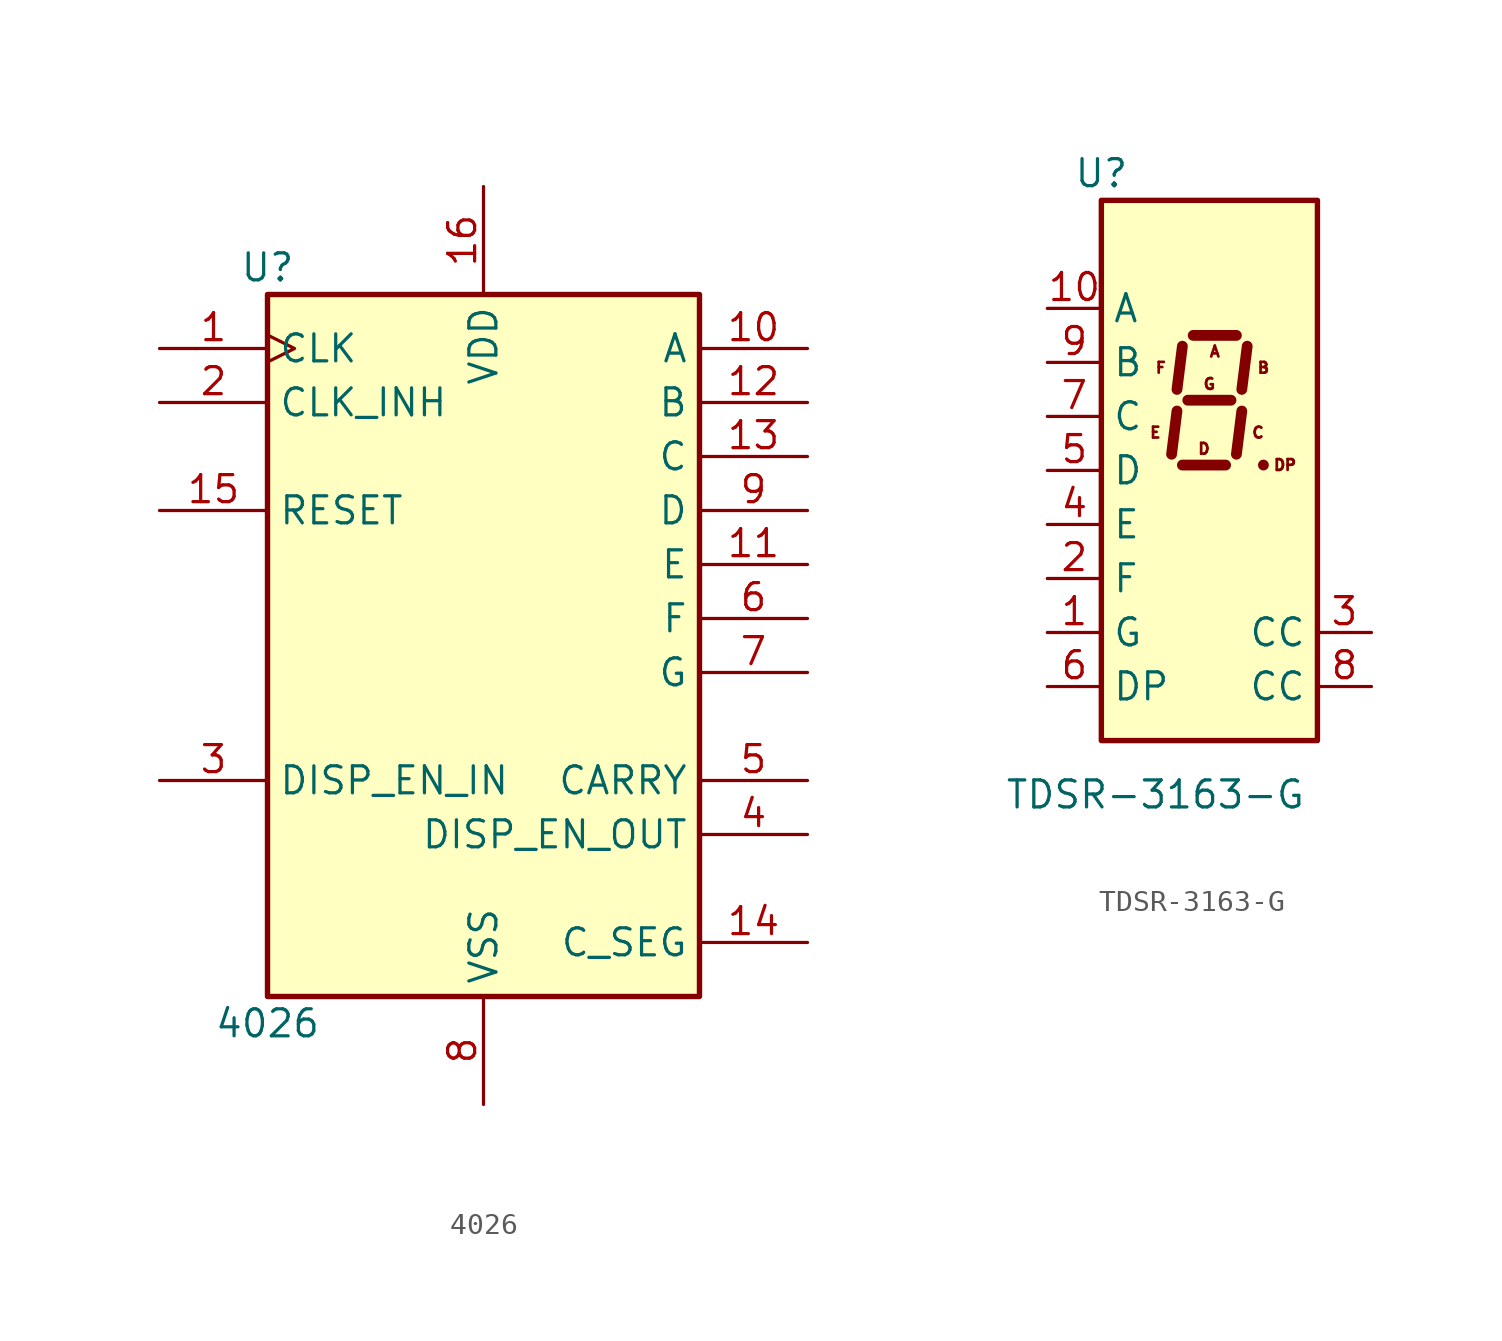
<source format=kicad_sym>
(kicad_symbol_lib
  (version 20211014)
  (generator kicad_symbol_editor)
  (symbol "4026"
    (property "Reference" "U"
      (at 0 35.56 0)
      (effects (font (size 1.27 1.27))))
    (property "Value" "4026"
      (at 0 0 0)
      (effects (font (size 1.27 1.27))))
    (symbol "4026_1_0"
      (pin input clock (at -5.08 31.75 0) (length 5.08) (name "CLK" (effects (font (size 1.27 1.27)))) (number "1" (effects (font (size 1.27 1.27)))))
      (pin output line (at 25.4 31.75 180) (length 5.08) (name "A" (effects (font (size 1.27 1.27)))) (number "10" (effects (font (size 1.27 1.27)))))
      (pin output line (at 25.4 21.59 180) (length 5.08) (name "E" (effects (font (size 1.27 1.27)))) (number "11" (effects (font (size 1.27 1.27)))))
      (pin output line (at 25.4 29.21 180) (length 5.08) (name "B" (effects (font (size 1.27 1.27)))) (number "12" (effects (font (size 1.27 1.27)))))
      (pin output line (at 25.4 26.67 180) (length 5.08) (name "C" (effects (font (size 1.27 1.27)))) (number "13" (effects (font (size 1.27 1.27)))))
      (pin output line (at 25.4 3.81 180) (length 5.08) (name "C_SEG" (effects (font (size 1.27 1.27)))) (number "14" (effects (font (size 1.27 1.27)))))
      (pin input line (at -5.08 24.13 0) (length 5.08) (name "RESET" (effects (font (size 1.27 1.27)))) (number "15" (effects (font (size 1.27 1.27)))))
      (pin power_in line (at 10.16 39.37 270) (length 5.08) (name "VDD" (effects (font (size 1.27 1.27)))) (number "16" (effects (font (size 1.27 1.27)))))
      (pin input line (at -5.08 29.21 0) (length 5.08) (name "CLK_INH" (effects (font (size 1.27 1.27)))) (number "2" (effects (font (size 1.27 1.27)))))
      (pin input line (at -5.08 11.43 0) (length 5.08) (name "DISP_EN_IN" (effects (font (size 1.27 1.27)))) (number "3" (effects (font (size 1.27 1.27)))))
      (pin output line (at 25.4 8.89 180) (length 5.08) (name "DISP_EN_OUT" (effects (font (size 1.27 1.27)))) (number "4" (effects (font (size 1.27 1.27)))))
      (pin output line (at 25.4 11.43 180) (length 5.08) (name "CARRY" (effects (font (size 1.27 1.27)))) (number "5" (effects (font (size 1.27 1.27)))))
      (pin output line (at 25.4 19.05 180) (length 5.08) (name "F" (effects (font (size 1.27 1.27)))) (number "6" (effects (font (size 1.27 1.27)))))
      (pin output line (at 25.4 16.51 180) (length 5.08) (name "G" (effects (font (size 1.27 1.27)))) (number "7" (effects (font (size 1.27 1.27)))))
      (pin power_in line (at 10.16 -3.81 90) (length 5.08) (name "VSS" (effects (font (size 1.27 1.27)))) (number "8" (effects (font (size 1.27 1.27)))))
      (pin output line (at 25.4 24.13 180) (length 5.08) (name "D" (effects (font (size 1.27 1.27)))) (number "9" (effects (font (size 1.27 1.27))))))
    (symbol "4026_1_1"
      (rectangle (start 0 34.29) (end 20.32 1.27) (stroke (width 0.254) (type default) (color 0 0 0 0)) (fill (type background)))))
  (symbol "TDSR-3163-G"
    (property "Reference" "U"
      (at 0 0 0)
      (effects (font (size 1.27 1.27))))
    (property "Value" "TDSR-3163-G"
      (at 2.54 -29.21 0)
      (effects (font (size 1.27 1.27))))
    (symbol "TDSR-3163-G_0_0"
      (text "A" (at 5.334 -8.382 0) (effects (font (size 0.508 0.508))))
      (text "B" (at 7.62 -9.144 0) (effects (font (size 0.508 0.508))))
      (text "C" (at 7.366 -12.192 0) (effects (font (size 0.508 0.508))))
      (text "D" (at 4.826 -12.954 0) (effects (font (size 0.508 0.508))))
      (text "DP" (at 8.636 -13.716 0) (effects (font (size 0.508 0.508))))
      (text "E" (at 2.54 -12.192 0) (effects (font (size 0.508 0.508))))
      (text "F" (at 2.794 -9.144 0) (effects (font (size 0.508 0.508))))
      (text "G" (at 5.08 -9.906 0) (effects (font (size 0.508 0.508)))))
    (symbol "TDSR-3163-G_0_1"
      (rectangle (start 0 -1.27) (end 10.16 -26.67) (stroke (width 0.254) (type default) (color 0 0 0 0)) (fill (type background)))
      (polyline (pts (xy 3.556 -11.176) (xy 3.302 -13.208)) (stroke (width 0.508) (type default) (color 0 0 0 0)) (fill (type none)))
      (polyline (pts (xy 3.81 -13.716) (xy 5.842 -13.716)) (stroke (width 0.508) (type default) (color 0 0 0 0)) (fill (type none)))
      (polyline (pts (xy 3.81 -8.128) (xy 3.556 -10.16)) (stroke (width 0.508) (type default) (color 0 0 0 0)) (fill (type none)))
      (polyline (pts (xy 4.064 -10.668) (xy 6.096 -10.668)) (stroke (width 0.508) (type default) (color 0 0 0 0)) (fill (type none)))
      (polyline (pts (xy 4.318 -7.62) (xy 6.35 -7.62)) (stroke (width 0.508) (type default) (color 0 0 0 0)) (fill (type none)))
      (polyline (pts (xy 6.604 -11.176) (xy 6.35 -13.208)) (stroke (width 0.508) (type default) (color 0 0 0 0)) (fill (type none)))
      (polyline (pts (xy 6.858 -8.128) (xy 6.604 -10.16)) (stroke (width 0.508) (type default) (color 0 0 0 0)) (fill (type none)))
      (polyline (pts (xy 7.62 -13.716) (xy 7.62 -13.716)) (stroke (width 0.508) (type default) (color 0 0 0 0)) (fill (type none))))
    (symbol "TDSR-3163-G_1_1"
      (pin input line (at -2.54 -21.59 0) (length 2.54) (name "G" (effects (font (size 1.27 1.27)))) (number "1" (effects (font (size 1.27 1.27)))))
      (pin input line (at -2.54 -6.35 0) (length 2.54) (name "A" (effects (font (size 1.27 1.27)))) (number "10" (effects (font (size 1.27 1.27)))))
      (pin input line (at -2.54 -19.05 0) (length 2.54) (name "F" (effects (font (size 1.27 1.27)))) (number "2" (effects (font (size 1.27 1.27)))))
      (pin input line (at 12.7 -21.59 180) (length 2.54) (name "CC" (effects (font (size 1.27 1.27)))) (number "3" (effects (font (size 1.27 1.27)))))
      (pin input line (at -2.54 -16.51 0) (length 2.54) (name "E" (effects (font (size 1.27 1.27)))) (number "4" (effects (font (size 1.27 1.27)))))
      (pin input line (at -2.54 -13.97 0) (length 2.54) (name "D" (effects (font (size 1.27 1.27)))) (number "5" (effects (font (size 1.27 1.27)))))
      (pin input line (at -2.54 -24.13 0) (length 2.54) (name "DP" (effects (font (size 1.27 1.27)))) (number "6" (effects (font (size 1.27 1.27)))))
      (pin input line (at -2.54 -11.43 0) (length 2.54) (name "C" (effects (font (size 1.27 1.27)))) (number "7" (effects (font (size 1.27 1.27)))))
      (pin input line (at 12.7 -24.13 180) (length 2.54) (name "CC" (effects (font (size 1.27 1.27)))) (number "8" (effects (font (size 1.27 1.27)))))
      (pin input line (at -2.54 -8.89 0) (length 2.54) (name "B" (effects (font (size 1.27 1.27)))) (number "9" (effects (font (size 1.27 1.27))))))))
</source>
